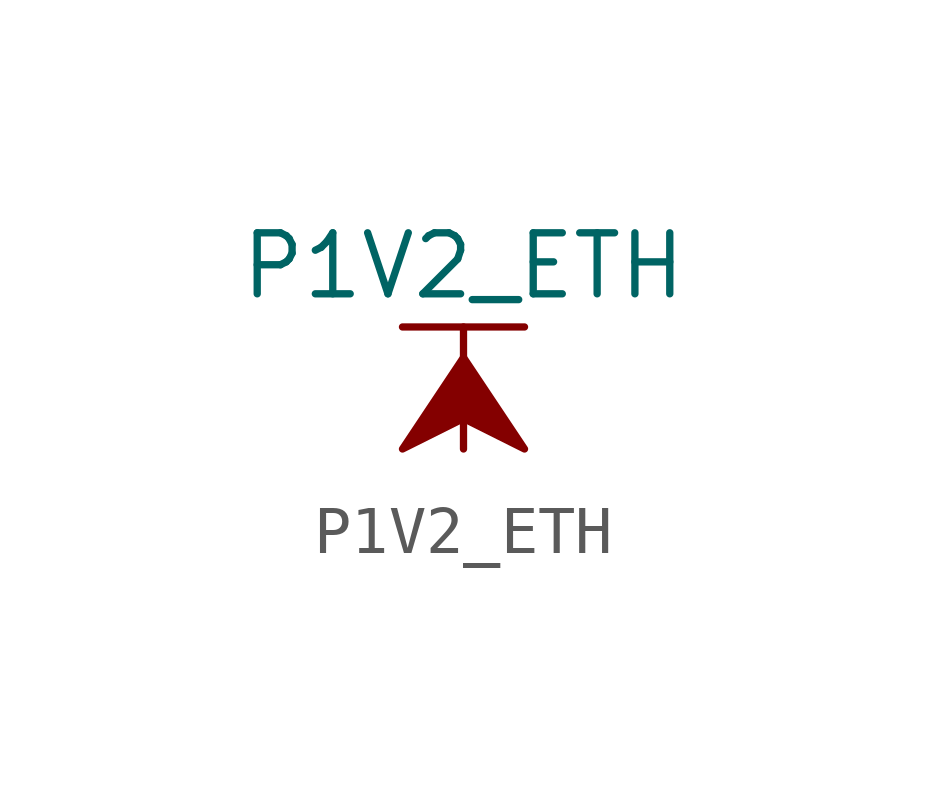
<source format=kicad_sym>
(kicad_symbol_lib
  (version 20211014)
  (generator kicad_symbol_editor)
  (symbol "P1V2_ETH"
    (power)
    (pin_names
      (offset 0))
    (property "Reference" "#PWR"
      (at 0 -3.81 0)
      (effects (font (size 1.27 1.27)) hide))
    (property "Value" "P1V2_ETH"
      (at 0 3.81 0)
      (effects (font (size 1.27 1.27))))
    (symbol "P1V2_ETH_0_1"
      (polyline (pts (xy -1.27 2.54) (xy 1.27 2.54)) (stroke (width 0.152) (type default) (color 0 0 0 0)) (fill (type none)))
      (polyline (pts (xy 0 0) (xy 0 2.54)) (stroke (width 0.152) (type default) (color 0 0 0 0)) (fill (type none)))
      (polyline (pts (xy 0 1.905) (xy -1.27 0) (xy 0 0.635) (xy 1.27 0) (xy 0 1.905)) (stroke (width 0.152) (type default) (color 0 0 0 0)) (fill (type outline))))
    (symbol "P1V2_ETH_1_1"
      (pin power_in line (at 0 0 90) (length 0) hide (name "P1V2_ETH" (effects (font (size 1.27 1.27)))) (number "1" (effects (font (size 1.27 1.27))))))))
</source>
